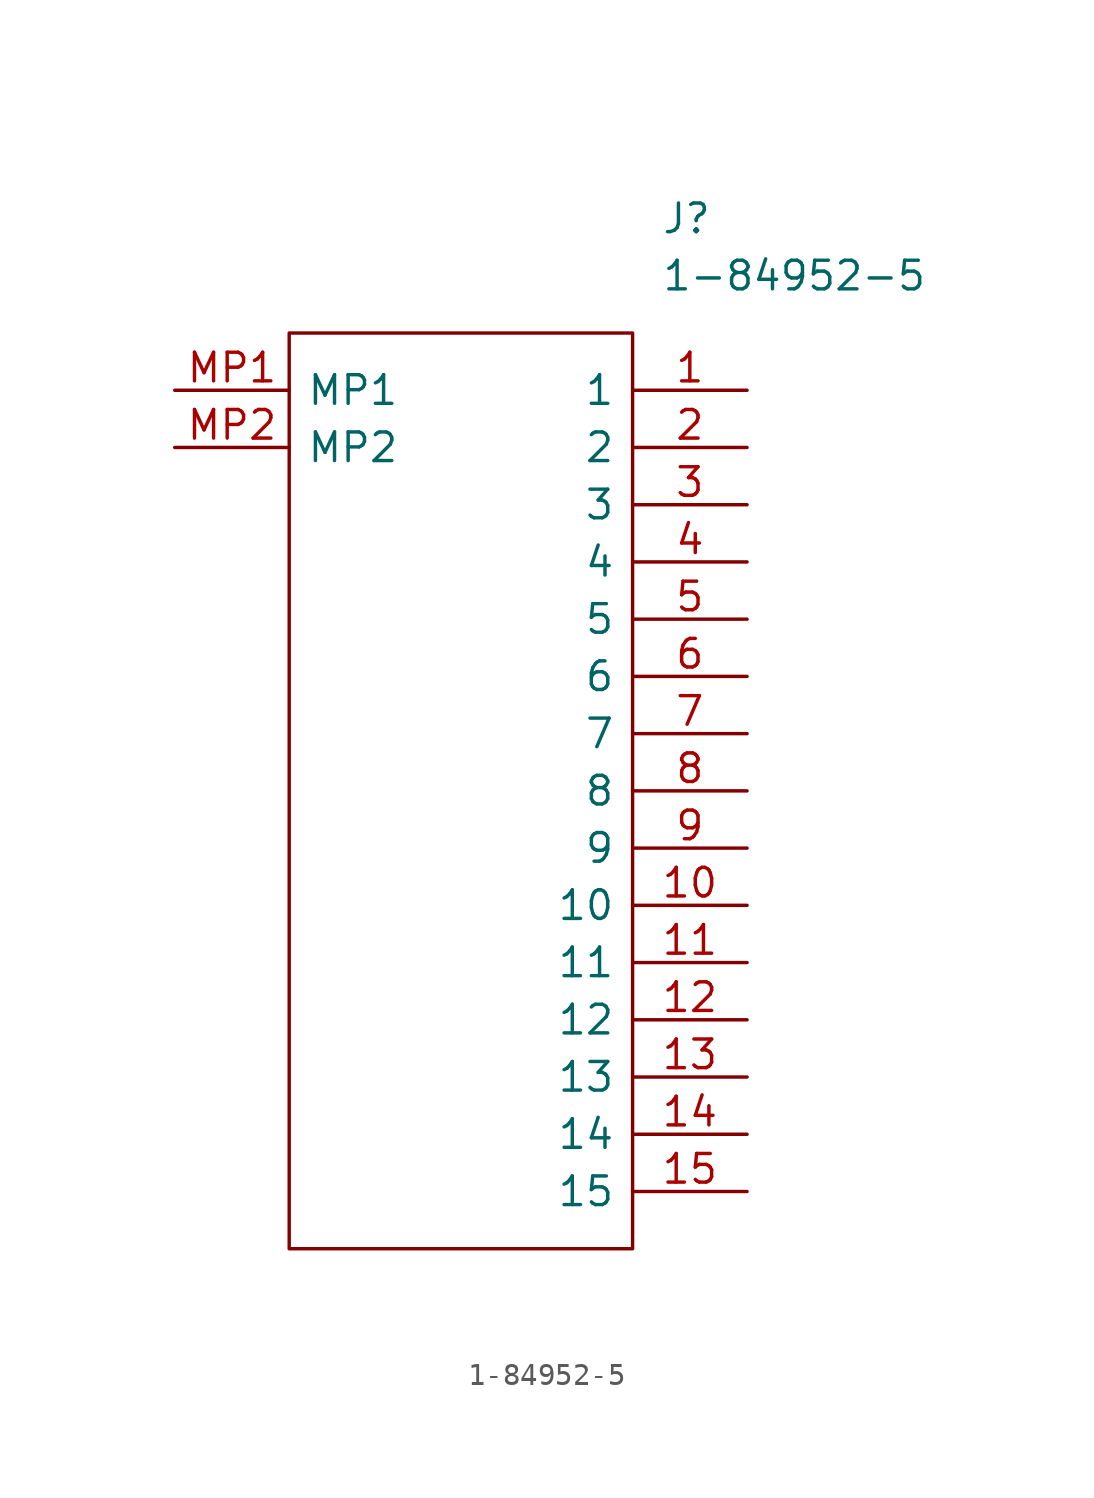
<source format=kicad_sym>
(kicad_symbol_lib
  (version 20211014)
  (generator kicad_symbol_editor)
  (symbol "1-84952-5"
    (pin_names
      (offset 0.762))
    (property "Reference" "J"
      (at 21.59 7.62 0)
      (effects (font (size 1.27 1.27)) (justify left)))
    (property "Value" "1-84952-5"
      (at 21.59 5.08 0)
      (effects (font (size 1.27 1.27)) (justify left)))
    (symbol "1-84952-5_0_0"
      (pin passive line (at 25.4 0 180) (length 5.08) (name "1" (effects (font (size 1.27 1.27)))) (number "1" (effects (font (size 1.27 1.27)))))
      (pin passive line (at 25.4 -22.86 180) (length 5.08) (name "10" (effects (font (size 1.27 1.27)))) (number "10" (effects (font (size 1.27 1.27)))))
      (pin passive line (at 25.4 -25.4 180) (length 5.08) (name "11" (effects (font (size 1.27 1.27)))) (number "11" (effects (font (size 1.27 1.27)))))
      (pin passive line (at 25.4 -27.94 180) (length 5.08) (name "12" (effects (font (size 1.27 1.27)))) (number "12" (effects (font (size 1.27 1.27)))))
      (pin passive line (at 25.4 -30.48 180) (length 5.08) (name "13" (effects (font (size 1.27 1.27)))) (number "13" (effects (font (size 1.27 1.27)))))
      (pin passive line (at 25.4 -33.02 180) (length 5.08) (name "14" (effects (font (size 1.27 1.27)))) (number "14" (effects (font (size 1.27 1.27)))))
      (pin passive line (at 25.4 -35.56 180) (length 5.08) (name "15" (effects (font (size 1.27 1.27)))) (number "15" (effects (font (size 1.27 1.27)))))
      (pin passive line (at 25.4 -2.54 180) (length 5.08) (name "2" (effects (font (size 1.27 1.27)))) (number "2" (effects (font (size 1.27 1.27)))))
      (pin passive line (at 25.4 -5.08 180) (length 5.08) (name "3" (effects (font (size 1.27 1.27)))) (number "3" (effects (font (size 1.27 1.27)))))
      (pin passive line (at 25.4 -7.62 180) (length 5.08) (name "4" (effects (font (size 1.27 1.27)))) (number "4" (effects (font (size 1.27 1.27)))))
      (pin passive line (at 25.4 -10.16 180) (length 5.08) (name "5" (effects (font (size 1.27 1.27)))) (number "5" (effects (font (size 1.27 1.27)))))
      (pin passive line (at 25.4 -12.7 180) (length 5.08) (name "6" (effects (font (size 1.27 1.27)))) (number "6" (effects (font (size 1.27 1.27)))))
      (pin passive line (at 25.4 -15.24 180) (length 5.08) (name "7" (effects (font (size 1.27 1.27)))) (number "7" (effects (font (size 1.27 1.27)))))
      (pin passive line (at 25.4 -17.78 180) (length 5.08) (name "8" (effects (font (size 1.27 1.27)))) (number "8" (effects (font (size 1.27 1.27)))))
      (pin passive line (at 25.4 -20.32 180) (length 5.08) (name "9" (effects (font (size 1.27 1.27)))) (number "9" (effects (font (size 1.27 1.27)))))
      (pin passive line (at 0 0 0) (length 5.08) (name "MP1" (effects (font (size 1.27 1.27)))) (number "MP1" (effects (font (size 1.27 1.27)))))
      (pin passive line (at 0 -2.54 0) (length 5.08) (name "MP2" (effects (font (size 1.27 1.27)))) (number "MP2" (effects (font (size 1.27 1.27))))))
    (symbol "1-84952-5_0_1"
      (polyline (pts (xy 5.08 2.54) (xy 20.32 2.54) (xy 20.32 -38.1) (xy 5.08 -38.1) (xy 5.08 2.54)) (stroke (width 0.152) (type default) (color 0 0 0 0)) (fill (type none))))))
</source>
